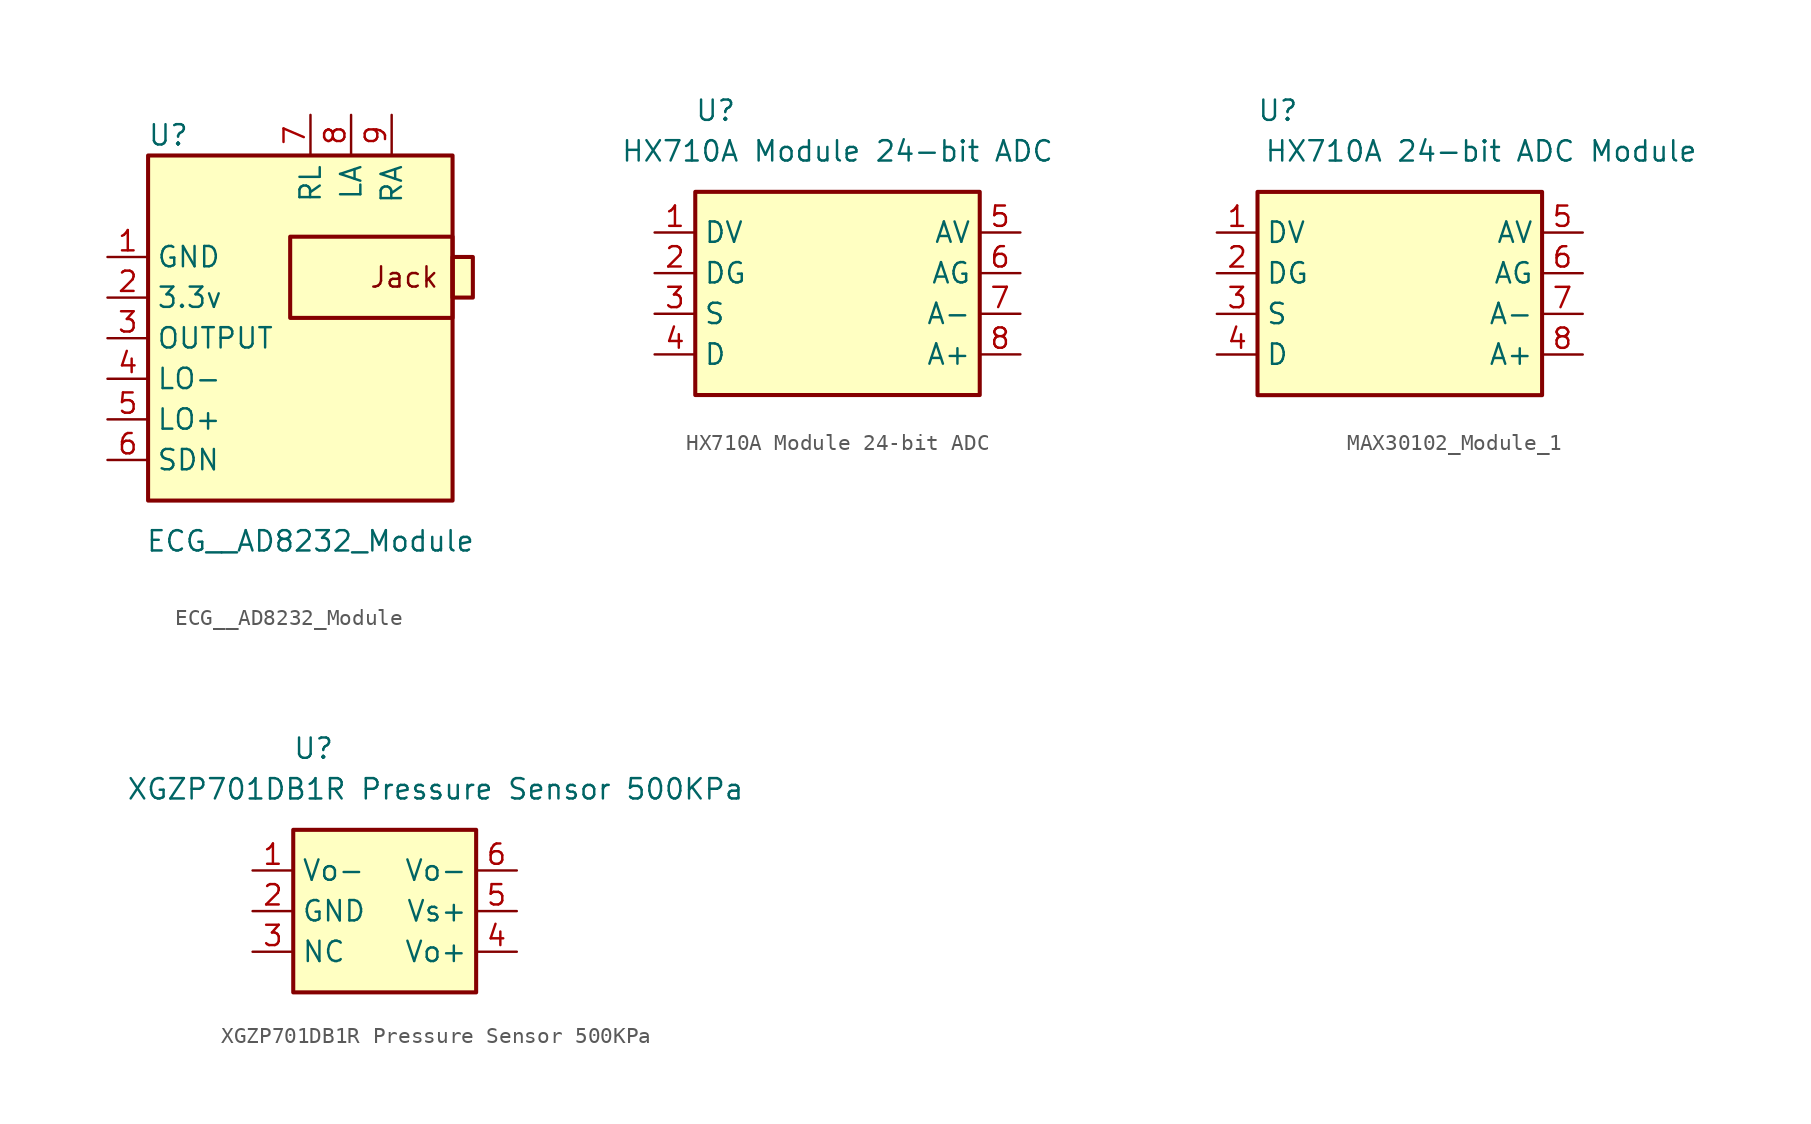
<source format=kicad_sym>
(kicad_symbol_lib
  (version 20220914)
  (generator kicad_symbol_editor)
  (symbol "ECG__AD8232_Module"
    (property "Reference" "U"
      (at -8.89 11.43 0)
      (effects (font (size 1.27 1.27))))
    (property "Value" "ECG__AD8232_Module"
      (at 0 -13.97 0)
      (effects (font (size 1.27 1.27))))
    (symbol "ECG__AD8232_Module_0_0"
      (text "Jack " (at 6.35 2.54 0) (effects (font (size 1.27 1.27)))))
    (symbol "ECG__AD8232_Module_0_1"
      (rectangle (start -10.16 10.16) (end 8.89 -11.43) (stroke (width 0.254) (type default)) (fill (type background)))
      (rectangle (start -1.27 5.08) (end 8.89 0) (stroke (width 0.254) (type default)) (fill (type none)))
      (rectangle (start 8.89 3.81) (end 10.16 1.27) (stroke (width 0.254) (type default)) (fill (type background))))
    (symbol "ECG__AD8232_Module_1_1"
      (pin power_in line (at -12.7 3.81 0) (length 2.54) (name "GND" (effects (font (size 1.27 1.27)))) (number "1" (effects (font (size 1.27 1.27)))))
      (pin power_in line (at -12.7 1.27 0) (length 2.54) (name "3.3v" (effects (font (size 1.27 1.27)))) (number "2" (effects (font (size 1.27 1.27)))))
      (pin output line (at -12.7 -1.27 0) (length 2.54) (name "OUTPUT" (effects (font (size 1.27 1.27)))) (number "3" (effects (font (size 1.27 1.27)))))
      (pin bidirectional line (at -12.7 -3.81 0) (length 2.54) (name "LO-" (effects (font (size 1.27 1.27)))) (number "4" (effects (font (size 1.27 1.27)))))
      (pin bidirectional line (at -12.7 -6.35 0) (length 2.54) (name "LO+" (effects (font (size 1.27 1.27)))) (number "5" (effects (font (size 1.27 1.27)))))
      (pin bidirectional line (at -12.7 -8.89 0) (length 2.54) (name "SDN" (effects (font (size 1.27 1.27)))) (number "6" (effects (font (size 1.27 1.27)))))
      (pin input line (at 0 12.7 270) (length 2.54) (name "RL" (effects (font (size 1.27 1.27)))) (number "7" (effects (font (size 1.27 1.27)))))
      (pin input line (at 2.54 12.7 270) (length 2.54) (name "LA" (effects (font (size 1.27 1.27)))) (number "8" (effects (font (size 1.27 1.27)))))
      (pin input line (at 5.08 12.7 270) (length 2.54) (name "RA" (effects (font (size 1.27 1.27)))) (number "9" (effects (font (size 1.27 1.27)))))))
  (symbol "HX710A Module 24-bit ADC"
    (property "Reference" "U"
      (at -11.43 8.89 0)
      (effects (font (size 1.27 1.27))))
    (property "Value" "HX710A Module 24-bit ADC"
      (at -3.81 6.35 0)
      (effects (font (size 1.27 1.27))))
    (symbol "HX710A Module 24-bit ADC_0_1"
      (rectangle (start -12.7 3.81) (end 5.08 -8.89) (stroke (width 0.254) (type default)) (fill (type background))))
    (symbol "HX710A Module 24-bit ADC_1_1"
      (pin bidirectional line (at -15.24 1.27 0) (length 2.54) (name "DV" (effects (font (size 1.27 1.27)))) (number "1" (effects (font (size 1.27 1.27)))))
      (pin bidirectional line (at -15.24 -1.27 0) (length 2.54) (name "DG" (effects (font (size 1.27 1.27)))) (number "2" (effects (font (size 1.27 1.27)))))
      (pin bidirectional line (at -15.24 -3.81 0) (length 2.54) (name "S" (effects (font (size 1.27 1.27)))) (number "3" (effects (font (size 1.27 1.27)))))
      (pin bidirectional line (at -15.24 -6.35 0) (length 2.54) (name "D" (effects (font (size 1.27 1.27)))) (number "4" (effects (font (size 1.27 1.27)))))
      (pin bidirectional line (at 7.62 1.27 180) (length 2.54) (name "AV" (effects (font (size 1.27 1.27)))) (number "5" (effects (font (size 1.27 1.27)))))
      (pin bidirectional line (at 7.62 -1.27 180) (length 2.54) (name "AG" (effects (font (size 1.27 1.27)))) (number "6" (effects (font (size 1.27 1.27)))))
      (pin bidirectional line (at 7.62 -3.81 180) (length 2.54) (name "A-" (effects (font (size 1.27 1.27)))) (number "7" (effects (font (size 1.27 1.27)))))
      (pin bidirectional line (at 7.62 -6.35 180) (length 2.54) (name "A+" (effects (font (size 1.27 1.27)))) (number "8" (effects (font (size 1.27 1.27)))))))
  (symbol "MAX30102_Module_1"
    (property "Reference" "U"
      (at -11.43 8.89 0)
      (effects (font (size 1.27 1.27))))
    (property "Value" "HX710A 24-bit ADC Module"
      (at 1.27 6.35 0)
      (effects (font (size 1.27 1.27))))
    (symbol "MAX30102_Module_1_0_1"
      (rectangle (start -12.7 3.81) (end 5.08 -8.89) (stroke (width 0.254) (type default)) (fill (type background))))
    (symbol "MAX30102_Module_1_1_1"
      (pin bidirectional line (at -15.24 1.27 0) (length 2.54) (name "DV" (effects (font (size 1.27 1.27)))) (number "1" (effects (font (size 1.27 1.27)))))
      (pin bidirectional line (at -15.24 -1.27 0) (length 2.54) (name "DG" (effects (font (size 1.27 1.27)))) (number "2" (effects (font (size 1.27 1.27)))))
      (pin bidirectional line (at -15.24 -3.81 0) (length 2.54) (name "S" (effects (font (size 1.27 1.27)))) (number "3" (effects (font (size 1.27 1.27)))))
      (pin bidirectional line (at -15.24 -6.35 0) (length 2.54) (name "D" (effects (font (size 1.27 1.27)))) (number "4" (effects (font (size 1.27 1.27)))))
      (pin bidirectional line (at 7.62 1.27 180) (length 2.54) (name "AV" (effects (font (size 1.27 1.27)))) (number "5" (effects (font (size 1.27 1.27)))))
      (pin bidirectional line (at 7.62 -1.27 180) (length 2.54) (name "AG" (effects (font (size 1.27 1.27)))) (number "6" (effects (font (size 1.27 1.27)))))
      (pin bidirectional line (at 7.62 -3.81 180) (length 2.54) (name "A-" (effects (font (size 1.27 1.27)))) (number "7" (effects (font (size 1.27 1.27)))))
      (pin bidirectional line (at 7.62 -6.35 180) (length 2.54) (name "A+" (effects (font (size 1.27 1.27)))) (number "8" (effects (font (size 1.27 1.27)))))))
  (symbol "XGZP701DB1R Pressure Sensor 500KPa"
    (property "Reference" "U"
      (at -11.43 8.89 0)
      (effects (font (size 1.27 1.27))))
    (property "Value" "XGZP701DB1R Pressure Sensor 500KPa"
      (at -3.81 6.35 0)
      (effects (font (size 1.27 1.27))))
    (symbol "XGZP701DB1R Pressure Sensor 500KPa_0_1"
      (rectangle (start -12.7 3.81) (end -1.27 -6.35) (stroke (width 0.254) (type default)) (fill (type background))))
    (symbol "XGZP701DB1R Pressure Sensor 500KPa_1_1"
      (pin bidirectional line (at -15.24 1.27 0) (length 2.54) (name "Vo-" (effects (font (size 1.27 1.27)))) (number "1" (effects (font (size 1.27 1.27)))))
      (pin bidirectional line (at -15.24 -1.27 0) (length 2.54) (name "GND" (effects (font (size 1.27 1.27)))) (number "2" (effects (font (size 1.27 1.27)))))
      (pin bidirectional line (at -15.24 -3.81 0) (length 2.54) (name "NC" (effects (font (size 1.27 1.27)))) (number "3" (effects (font (size 1.27 1.27)))))
      (pin bidirectional line (at 1.27 -3.81 180) (length 2.54) (name "Vo+" (effects (font (size 1.27 1.27)))) (number "4" (effects (font (size 1.27 1.27)))))
      (pin bidirectional line (at 1.27 -1.27 180) (length 2.54) (name "Vs+" (effects (font (size 1.27 1.27)))) (number "5" (effects (font (size 1.27 1.27)))))
      (pin bidirectional line (at 1.27 1.27 180) (length 2.54) (name "Vo-" (effects (font (size 1.27 1.27)))) (number "6" (effects (font (size 1.27 1.27))))))))
</source>
